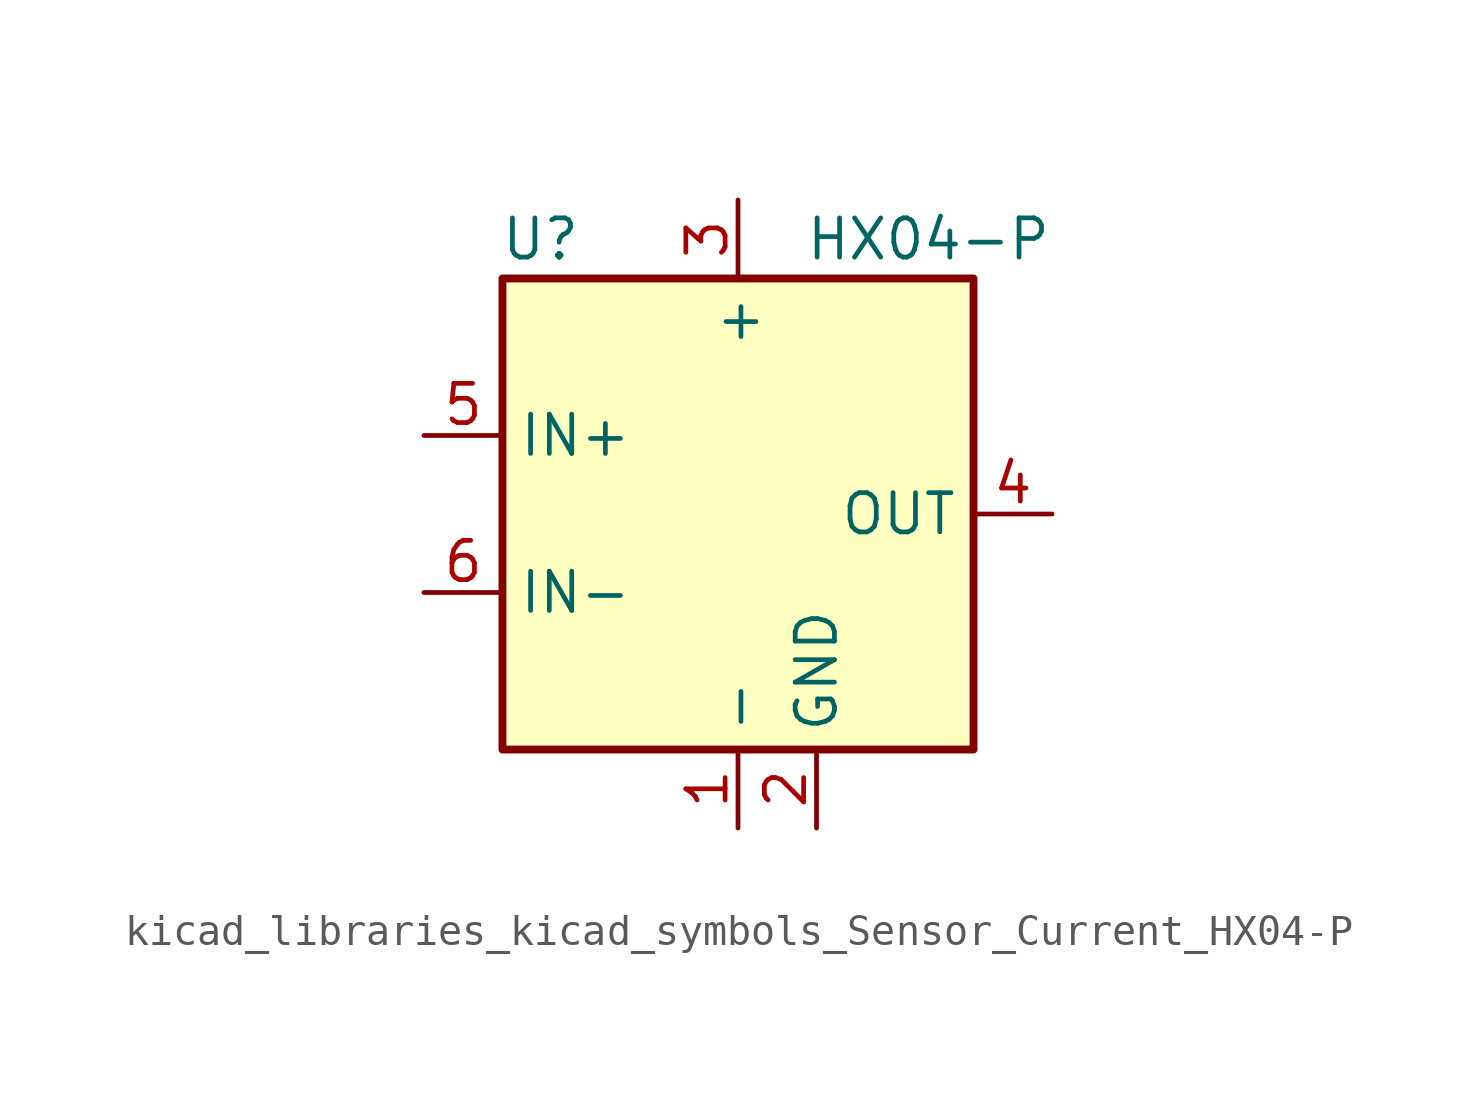
<source format=kicad_sym>
(kicad_symbol_lib
  (version 20220914)
  (generator kicad_symbol_editor)
  (symbol "kicad_libraries_kicad_symbols_Sensor_Current_HX04-P"
    (property "Reference" "U"
      (at -5.08 8.89 0)
      (effects (font (size 1.27 1.27)) (justify right)))
    (property "Value" "HX04-P"
      (at 10.16 8.89 0)
      (effects (font (size 1.27 1.27)) (justify right)))
    (symbol "kicad_libraries_kicad_symbols_Sensor_Current_HX04-P_0_1"
      (rectangle (start -7.62 7.62) (end 7.62 -7.62) (stroke (width 0.254) (type default)) (fill (type background))))
    (symbol "kicad_libraries_kicad_symbols_Sensor_Current_HX04-P_1_1"
      (pin power_in line (at 0 -10.16 90) (length 2.54) (name "-" (effects (font (size 1.27 1.27)))) (number "1" (effects (font (size 1.27 1.27)))))
      (pin power_in line (at 2.54 -10.16 90) (length 2.54) (name "GND" (effects (font (size 1.27 1.27)))) (number "2" (effects (font (size 1.27 1.27)))))
      (pin power_in line (at 0 10.16 270) (length 2.54) (name "+" (effects (font (size 1.27 1.27)))) (number "3" (effects (font (size 1.27 1.27)))))
      (pin output line (at 10.16 0 180) (length 2.54) (name "OUT" (effects (font (size 1.27 1.27)))) (number "4" (effects (font (size 1.27 1.27)))))
      (pin passive line (at -10.16 2.54 0) (length 2.54) (name "IN+" (effects (font (size 1.27 1.27)))) (number "5" (effects (font (size 1.27 1.27)))))
      (pin passive line (at -10.16 -2.54 0) (length 2.54) (name "IN-" (effects (font (size 1.27 1.27)))) (number "6" (effects (font (size 1.27 1.27))))))))
</source>
